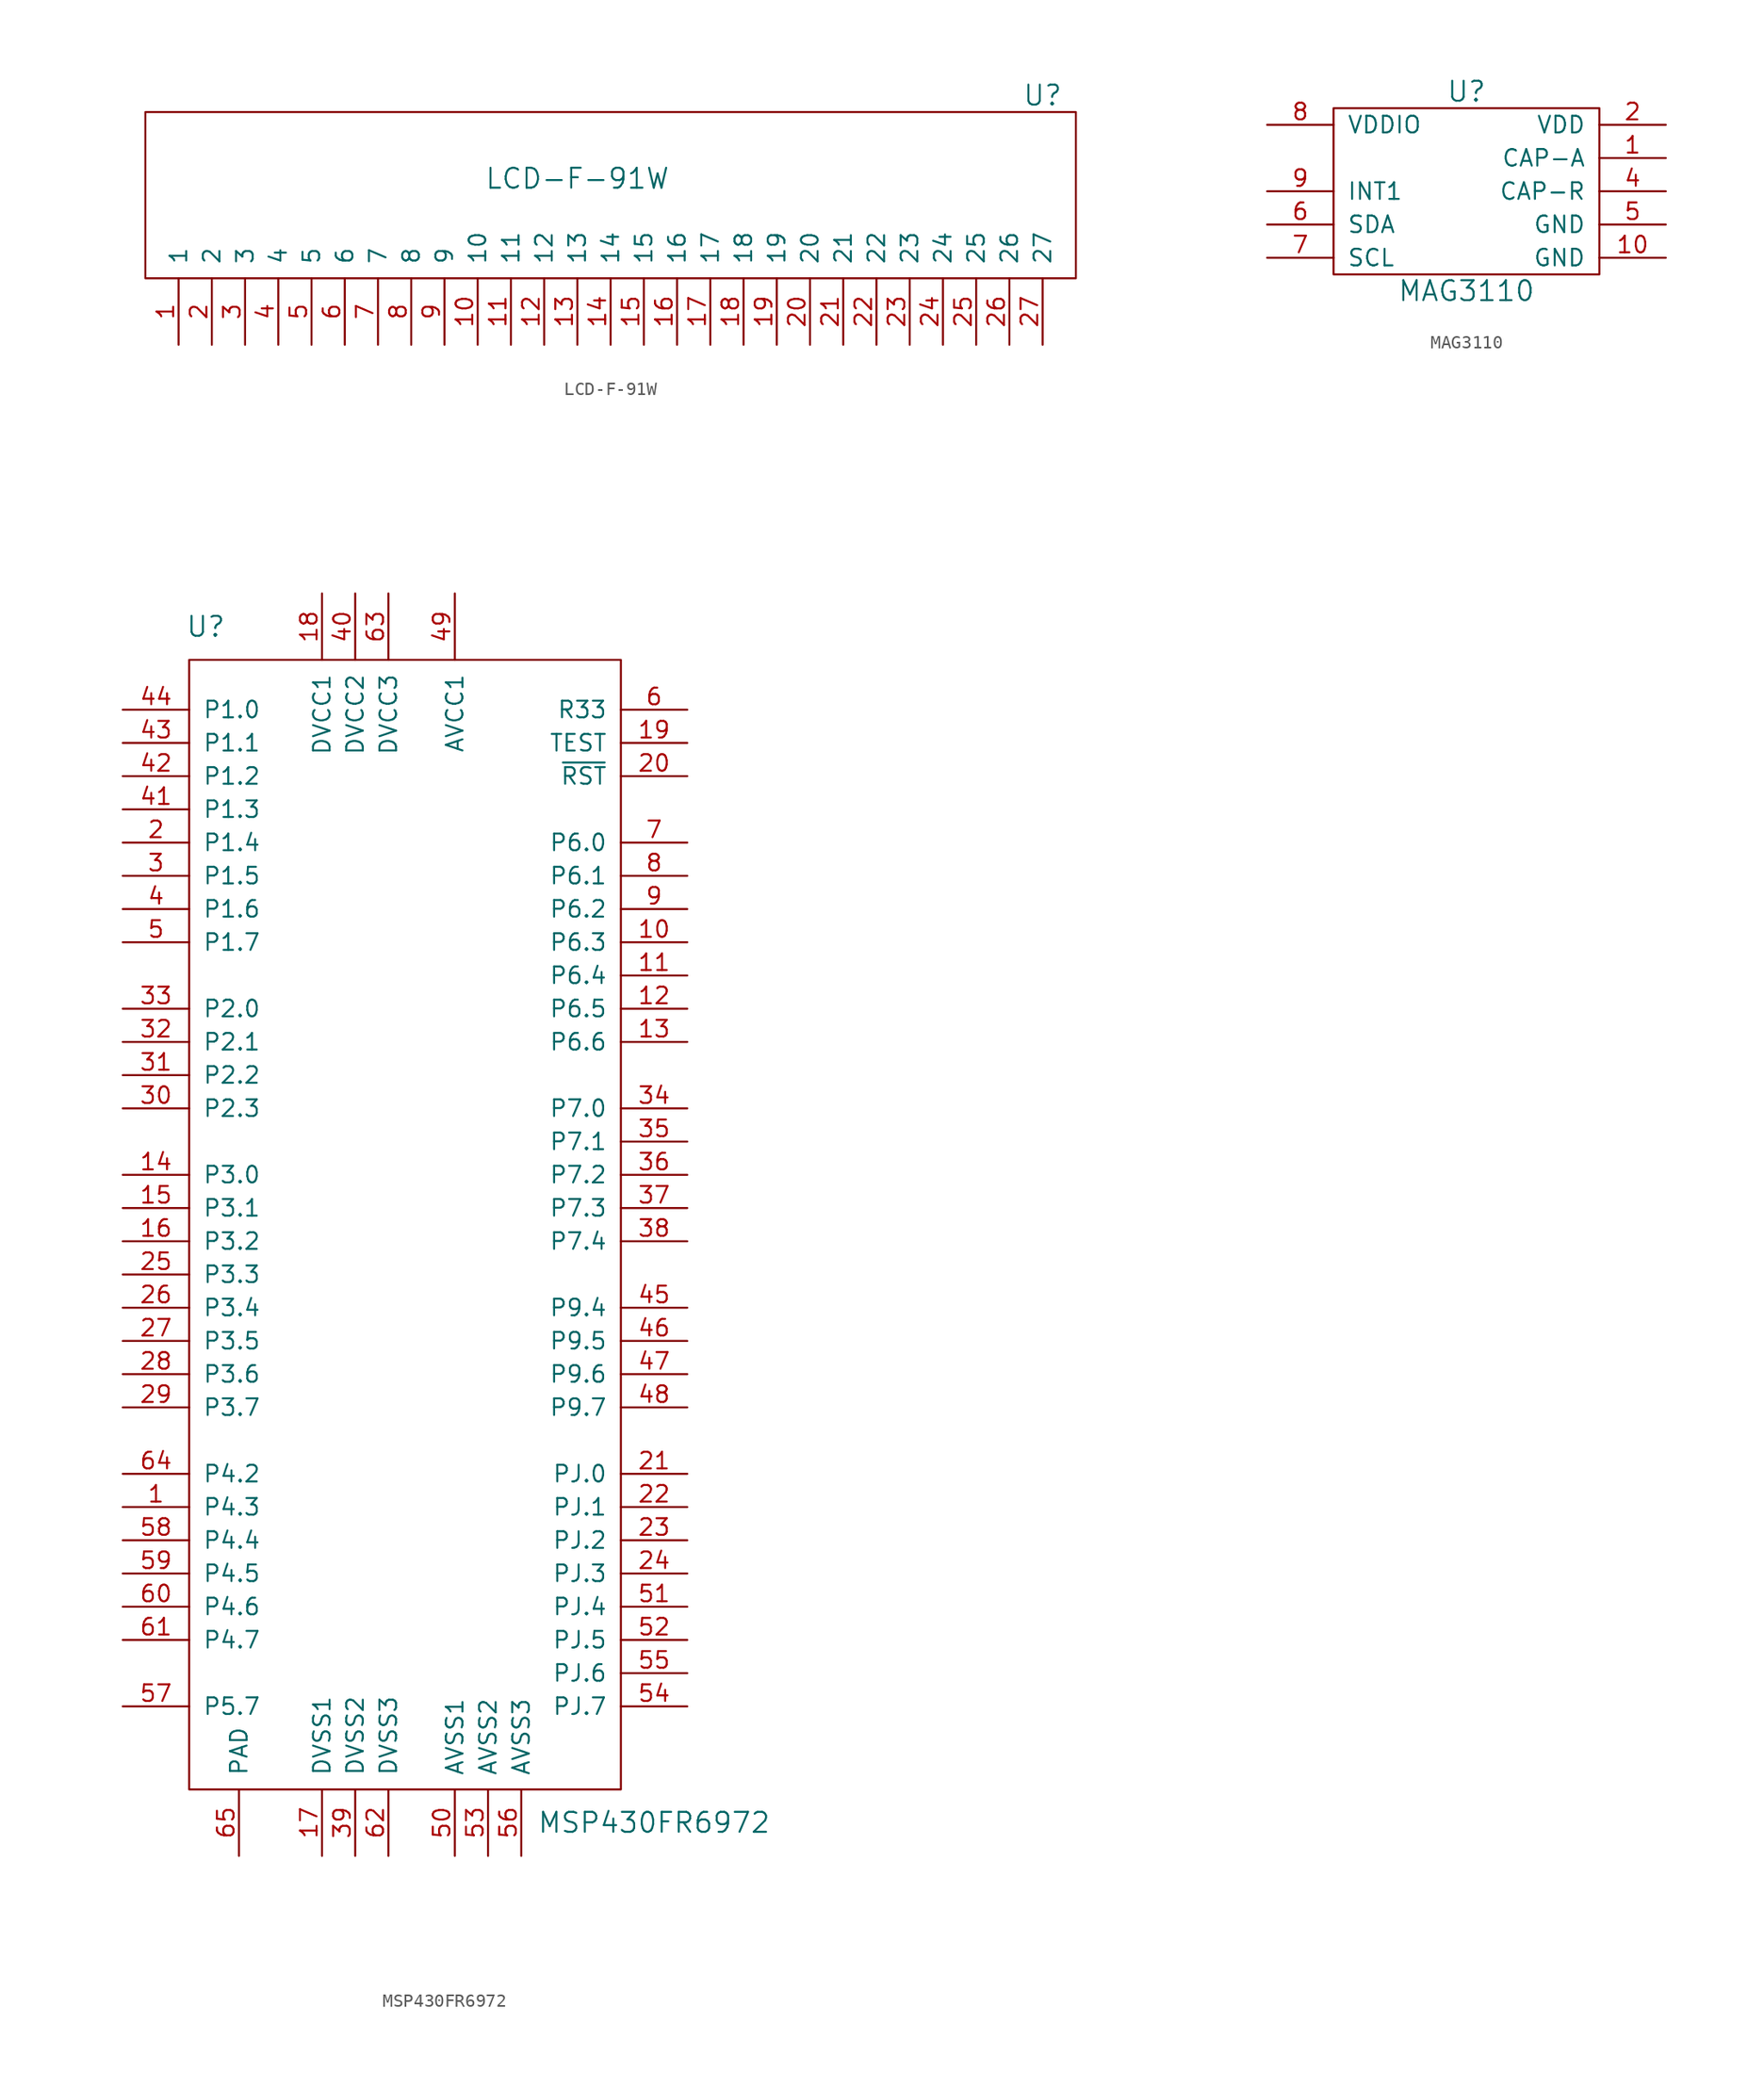
<source format=kicad_sym>
(kicad_symbol_lib
  (version 20211014)
  (generator kicad_symbol_editor)
  (symbol "LCD-F-91W"
    (pin_names
      (offset 1.016))
    (property "Reference" "U"
      (at 35.56 6.35 0)
      (effects (font (size 1.524 1.524))))
    (property "Value" "LCD-F-91W"
      (at 0 0 0)
      (effects (font (size 1.524 1.524))))
    (property "Footprint" ""
      (at 0 0 0)
      (effects (font (size 1.524 1.524))))
    (property "Datasheet" ""
      (at 0 0 0)
      (effects (font (size 1.524 1.524))))
    (symbol "LCD-F-91W_0_1"
      (rectangle (start 38.1 -7.62) (end -33.02 5.08) (stroke (width 0) (type default) (color 0 0 0 0)) (fill (type none))))
    (symbol "LCD-F-91W_1_1"
      (pin input line (at -30.48 -12.7 90) (length 5.08) (name "1" (effects (font (size 1.27 1.27)))) (number "1" (effects (font (size 1.27 1.27)))))
      (pin input line (at -7.62 -12.7 90) (length 5.08) (name "10" (effects (font (size 1.27 1.27)))) (number "10" (effects (font (size 1.27 1.27)))))
      (pin input line (at -5.08 -12.7 90) (length 5.08) (name "11" (effects (font (size 1.27 1.27)))) (number "11" (effects (font (size 1.27 1.27)))))
      (pin input line (at -2.54 -12.7 90) (length 5.08) (name "12" (effects (font (size 1.27 1.27)))) (number "12" (effects (font (size 1.27 1.27)))))
      (pin input line (at 0 -12.7 90) (length 5.08) (name "13" (effects (font (size 1.27 1.27)))) (number "13" (effects (font (size 1.27 1.27)))))
      (pin input line (at 2.54 -12.7 90) (length 5.08) (name "14" (effects (font (size 1.27 1.27)))) (number "14" (effects (font (size 1.27 1.27)))))
      (pin input line (at 5.08 -12.7 90) (length 5.08) (name "15" (effects (font (size 1.27 1.27)))) (number "15" (effects (font (size 1.27 1.27)))))
      (pin input line (at 7.62 -12.7 90) (length 5.08) (name "16" (effects (font (size 1.27 1.27)))) (number "16" (effects (font (size 1.27 1.27)))))
      (pin input line (at 10.16 -12.7 90) (length 5.08) (name "17" (effects (font (size 1.27 1.27)))) (number "17" (effects (font (size 1.27 1.27)))))
      (pin input line (at 12.7 -12.7 90) (length 5.08) (name "18" (effects (font (size 1.27 1.27)))) (number "18" (effects (font (size 1.27 1.27)))))
      (pin input line (at 15.24 -12.7 90) (length 5.08) (name "19" (effects (font (size 1.27 1.27)))) (number "19" (effects (font (size 1.27 1.27)))))
      (pin input line (at -27.94 -12.7 90) (length 5.08) (name "2" (effects (font (size 1.27 1.27)))) (number "2" (effects (font (size 1.27 1.27)))))
      (pin input line (at 17.78 -12.7 90) (length 5.08) (name "20" (effects (font (size 1.27 1.27)))) (number "20" (effects (font (size 1.27 1.27)))))
      (pin input line (at 20.32 -12.7 90) (length 5.08) (name "21" (effects (font (size 1.27 1.27)))) (number "21" (effects (font (size 1.27 1.27)))))
      (pin input line (at 22.86 -12.7 90) (length 5.08) (name "22" (effects (font (size 1.27 1.27)))) (number "22" (effects (font (size 1.27 1.27)))))
      (pin input line (at 25.4 -12.7 90) (length 5.08) (name "23" (effects (font (size 1.27 1.27)))) (number "23" (effects (font (size 1.27 1.27)))))
      (pin input line (at 27.94 -12.7 90) (length 5.08) (name "24" (effects (font (size 1.27 1.27)))) (number "24" (effects (font (size 1.27 1.27)))))
      (pin input line (at 30.48 -12.7 90) (length 5.08) (name "25" (effects (font (size 1.27 1.27)))) (number "25" (effects (font (size 1.27 1.27)))))
      (pin input line (at 33.02 -12.7 90) (length 5.08) (name "26" (effects (font (size 1.27 1.27)))) (number "26" (effects (font (size 1.27 1.27)))))
      (pin input line (at 35.56 -12.7 90) (length 5.08) (name "27" (effects (font (size 1.27 1.27)))) (number "27" (effects (font (size 1.27 1.27)))))
      (pin input line (at -25.4 -12.7 90) (length 5.08) (name "3" (effects (font (size 1.27 1.27)))) (number "3" (effects (font (size 1.27 1.27)))))
      (pin input line (at -22.86 -12.7 90) (length 5.08) (name "4" (effects (font (size 1.27 1.27)))) (number "4" (effects (font (size 1.27 1.27)))))
      (pin input line (at -20.32 -12.7 90) (length 5.08) (name "5" (effects (font (size 1.27 1.27)))) (number "5" (effects (font (size 1.27 1.27)))))
      (pin input line (at -17.78 -12.7 90) (length 5.08) (name "6" (effects (font (size 1.27 1.27)))) (number "6" (effects (font (size 1.27 1.27)))))
      (pin input line (at -15.24 -12.7 90) (length 5.08) (name "7" (effects (font (size 1.27 1.27)))) (number "7" (effects (font (size 1.27 1.27)))))
      (pin input line (at -12.7 -12.7 90) (length 5.08) (name "8" (effects (font (size 1.27 1.27)))) (number "8" (effects (font (size 1.27 1.27)))))
      (pin input line (at -10.16 -12.7 90) (length 5.08) (name "9" (effects (font (size 1.27 1.27)))) (number "9" (effects (font (size 1.27 1.27)))))))
  (symbol "MAG3110"
    (pin_names
      (offset 1.016))
    (property "Reference" "U"
      (at 0 8.89 0)
      (effects (font (size 1.524 1.524))))
    (property "Value" "MAG3110"
      (at 0 -6.35 0)
      (effects (font (size 1.524 1.524))))
    (property "Footprint" ""
      (at 0 0 0)
      (effects (font (size 1.524 1.524))))
    (property "Datasheet" ""
      (at 0 0 0)
      (effects (font (size 1.524 1.524))))
    (symbol "MAG3110_0_1"
      (rectangle (start -10.16 7.62) (end 10.16 -5.08) (stroke (width 0) (type default) (color 0 0 0 0)) (fill (type none))))
    (symbol "MAG3110_1_1"
      (pin input line (at 15.24 3.81 180) (length 5.08) (name "CAP-A" (effects (font (size 1.27 1.27)))) (number "1" (effects (font (size 1.27 1.27)))))
      (pin input line (at 15.24 -3.81 180) (length 5.08) (name "GND" (effects (font (size 1.27 1.27)))) (number "10" (effects (font (size 1.27 1.27)))))
      (pin input line (at 15.24 6.35 180) (length 5.08) (name "VDD" (effects (font (size 1.27 1.27)))) (number "2" (effects (font (size 1.27 1.27)))))
      (pin input line (at 15.24 1.27 180) (length 5.08) (name "CAP-R" (effects (font (size 1.27 1.27)))) (number "4" (effects (font (size 1.27 1.27)))))
      (pin input line (at 15.24 -1.27 180) (length 5.08) (name "GND" (effects (font (size 1.27 1.27)))) (number "5" (effects (font (size 1.27 1.27)))))
      (pin input line (at -15.24 -1.27 0) (length 5.08) (name "SDA" (effects (font (size 1.27 1.27)))) (number "6" (effects (font (size 1.27 1.27)))))
      (pin input line (at -15.24 -3.81 0) (length 5.08) (name "SCL" (effects (font (size 1.27 1.27)))) (number "7" (effects (font (size 1.27 1.27)))))
      (pin input line (at -15.24 6.35 0) (length 5.08) (name "VDDIO" (effects (font (size 1.27 1.27)))) (number "8" (effects (font (size 1.27 1.27)))))
      (pin input line (at -15.24 1.27 0) (length 5.08) (name "INT1" (effects (font (size 1.27 1.27)))) (number "9" (effects (font (size 1.27 1.27)))))))
  (symbol "MSP430FR6972"
    (pin_names
      (offset 1.016))
    (property "Reference" "U"
      (at -16.51 45.72 0)
      (effects (font (size 1.524 1.524))))
    (property "Value" "MSP430FR6972"
      (at 17.78 -45.72 0)
      (effects (font (size 1.524 1.524))))
    (property "Footprint" ""
      (at 6.35 24.13 0)
      (effects (font (size 1.524 1.524))))
    (property "Datasheet" ""
      (at 6.35 24.13 0)
      (effects (font (size 1.524 1.524))))
    (symbol "MSP430FR6972_0_1"
      (rectangle (start -17.78 43.18) (end 15.24 -43.18) (stroke (width 0) (type default) (color 0 0 0 0)) (fill (type none))))
    (symbol "MSP430FR6972_1_1"
      (pin bidirectional line (at -22.86 -21.59 0) (length 5.08) (name "P4.3" (effects (font (size 1.27 1.27)))) (number "1" (effects (font (size 1.27 1.27)))))
      (pin bidirectional line (at 20.32 21.59 180) (length 5.08) (name "P6.3" (effects (font (size 1.27 1.27)))) (number "10" (effects (font (size 1.27 1.27)))))
      (pin bidirectional line (at 20.32 19.05 180) (length 5.08) (name "P6.4" (effects (font (size 1.27 1.27)))) (number "11" (effects (font (size 1.27 1.27)))))
      (pin bidirectional line (at 20.32 16.51 180) (length 5.08) (name "P6.5" (effects (font (size 1.27 1.27)))) (number "12" (effects (font (size 1.27 1.27)))))
      (pin bidirectional line (at 20.32 13.97 180) (length 5.08) (name "P6.6" (effects (font (size 1.27 1.27)))) (number "13" (effects (font (size 1.27 1.27)))))
      (pin bidirectional line (at -22.86 3.81 0) (length 5.08) (name "P3.0" (effects (font (size 1.27 1.27)))) (number "14" (effects (font (size 1.27 1.27)))))
      (pin bidirectional line (at -22.86 1.27 0) (length 5.08) (name "P3.1" (effects (font (size 1.27 1.27)))) (number "15" (effects (font (size 1.27 1.27)))))
      (pin bidirectional line (at -22.86 -1.27 0) (length 5.08) (name "P3.2" (effects (font (size 1.27 1.27)))) (number "16" (effects (font (size 1.27 1.27)))))
      (pin power_in line (at -7.62 -48.26 90) (length 5.08) (name "DVSS1" (effects (font (size 1.27 1.27)))) (number "17" (effects (font (size 1.27 1.27)))))
      (pin power_in line (at -7.62 48.26 270) (length 5.08) (name "DVCC1" (effects (font (size 1.27 1.27)))) (number "18" (effects (font (size 1.27 1.27)))))
      (pin bidirectional line (at 20.32 36.83 180) (length 5.08) (name "TEST" (effects (font (size 1.27 1.27)))) (number "19" (effects (font (size 1.27 1.27)))))
      (pin bidirectional line (at -22.86 29.21 0) (length 5.08) (name "P1.4" (effects (font (size 1.27 1.27)))) (number "2" (effects (font (size 1.27 1.27)))))
      (pin bidirectional line (at 20.32 34.29 180) (length 5.08) (name "~{RST}" (effects (font (size 1.27 1.27)))) (number "20" (effects (font (size 1.27 1.27)))))
      (pin bidirectional line (at 20.32 -19.05 180) (length 5.08) (name "PJ.0" (effects (font (size 1.27 1.27)))) (number "21" (effects (font (size 1.27 1.27)))))
      (pin bidirectional line (at 20.32 -21.59 180) (length 5.08) (name "PJ.1" (effects (font (size 1.27 1.27)))) (number "22" (effects (font (size 1.27 1.27)))))
      (pin bidirectional line (at 20.32 -24.13 180) (length 5.08) (name "PJ.2" (effects (font (size 1.27 1.27)))) (number "23" (effects (font (size 1.27 1.27)))))
      (pin bidirectional line (at 20.32 -26.67 180) (length 5.08) (name "PJ.3" (effects (font (size 1.27 1.27)))) (number "24" (effects (font (size 1.27 1.27)))))
      (pin bidirectional line (at -22.86 -3.81 0) (length 5.08) (name "P3.3" (effects (font (size 1.27 1.27)))) (number "25" (effects (font (size 1.27 1.27)))))
      (pin bidirectional line (at -22.86 -6.35 0) (length 5.08) (name "P3.4" (effects (font (size 1.27 1.27)))) (number "26" (effects (font (size 1.27 1.27)))))
      (pin bidirectional line (at -22.86 -8.89 0) (length 5.08) (name "P3.5" (effects (font (size 1.27 1.27)))) (number "27" (effects (font (size 1.27 1.27)))))
      (pin bidirectional line (at -22.86 -11.43 0) (length 5.08) (name "P3.6" (effects (font (size 1.27 1.27)))) (number "28" (effects (font (size 1.27 1.27)))))
      (pin bidirectional line (at -22.86 -13.97 0) (length 5.08) (name "P3.7" (effects (font (size 1.27 1.27)))) (number "29" (effects (font (size 1.27 1.27)))))
      (pin bidirectional line (at -22.86 26.67 0) (length 5.08) (name "P1.5" (effects (font (size 1.27 1.27)))) (number "3" (effects (font (size 1.27 1.27)))))
      (pin bidirectional line (at -22.86 8.89 0) (length 5.08) (name "P2.3" (effects (font (size 1.27 1.27)))) (number "30" (effects (font (size 1.27 1.27)))))
      (pin bidirectional line (at -22.86 11.43 0) (length 5.08) (name "P2.2" (effects (font (size 1.27 1.27)))) (number "31" (effects (font (size 1.27 1.27)))))
      (pin bidirectional line (at -22.86 13.97 0) (length 5.08) (name "P2.1" (effects (font (size 1.27 1.27)))) (number "32" (effects (font (size 1.27 1.27)))))
      (pin bidirectional line (at -22.86 16.51 0) (length 5.08) (name "P2.0" (effects (font (size 1.27 1.27)))) (number "33" (effects (font (size 1.27 1.27)))))
      (pin bidirectional line (at 20.32 8.89 180) (length 5.08) (name "P7.0" (effects (font (size 1.27 1.27)))) (number "34" (effects (font (size 1.27 1.27)))))
      (pin bidirectional line (at 20.32 6.35 180) (length 5.08) (name "P7.1" (effects (font (size 1.27 1.27)))) (number "35" (effects (font (size 1.27 1.27)))))
      (pin bidirectional line (at 20.32 3.81 180) (length 5.08) (name "P7.2" (effects (font (size 1.27 1.27)))) (number "36" (effects (font (size 1.27 1.27)))))
      (pin bidirectional line (at 20.32 1.27 180) (length 5.08) (name "P7.3" (effects (font (size 1.27 1.27)))) (number "37" (effects (font (size 1.27 1.27)))))
      (pin bidirectional line (at 20.32 -1.27 180) (length 5.08) (name "P7.4" (effects (font (size 1.27 1.27)))) (number "38" (effects (font (size 1.27 1.27)))))
      (pin power_in line (at -5.08 -48.26 90) (length 5.08) (name "DVSS2" (effects (font (size 1.27 1.27)))) (number "39" (effects (font (size 1.27 1.27)))))
      (pin bidirectional line (at -22.86 24.13 0) (length 5.08) (name "P1.6" (effects (font (size 1.27 1.27)))) (number "4" (effects (font (size 1.27 1.27)))))
      (pin power_in line (at -5.08 48.26 270) (length 5.08) (name "DVCC2" (effects (font (size 1.27 1.27)))) (number "40" (effects (font (size 1.27 1.27)))))
      (pin bidirectional line (at -22.86 31.75 0) (length 5.08) (name "P1.3" (effects (font (size 1.27 1.27)))) (number "41" (effects (font (size 1.27 1.27)))))
      (pin bidirectional line (at -22.86 34.29 0) (length 5.08) (name "P1.2" (effects (font (size 1.27 1.27)))) (number "42" (effects (font (size 1.27 1.27)))))
      (pin bidirectional line (at -22.86 36.83 0) (length 5.08) (name "P1.1" (effects (font (size 1.27 1.27)))) (number "43" (effects (font (size 1.27 1.27)))))
      (pin bidirectional line (at -22.86 39.37 0) (length 5.08) (name "P1.0" (effects (font (size 1.27 1.27)))) (number "44" (effects (font (size 1.27 1.27)))))
      (pin bidirectional line (at 20.32 -6.35 180) (length 5.08) (name "P9.4" (effects (font (size 1.27 1.27)))) (number "45" (effects (font (size 1.27 1.27)))))
      (pin bidirectional line (at 20.32 -8.89 180) (length 5.08) (name "P9.5" (effects (font (size 1.27 1.27)))) (number "46" (effects (font (size 1.27 1.27)))))
      (pin bidirectional line (at 20.32 -11.43 180) (length 5.08) (name "P9.6" (effects (font (size 1.27 1.27)))) (number "47" (effects (font (size 1.27 1.27)))))
      (pin bidirectional line (at 20.32 -13.97 180) (length 5.08) (name "P9.7" (effects (font (size 1.27 1.27)))) (number "48" (effects (font (size 1.27 1.27)))))
      (pin power_in line (at 2.54 48.26 270) (length 5.08) (name "AVCC1" (effects (font (size 1.27 1.27)))) (number "49" (effects (font (size 1.27 1.27)))))
      (pin bidirectional line (at -22.86 21.59 0) (length 5.08) (name "P1.7" (effects (font (size 1.27 1.27)))) (number "5" (effects (font (size 1.27 1.27)))))
      (pin power_in line (at 2.54 -48.26 90) (length 5.08) (name "AVSS1" (effects (font (size 1.27 1.27)))) (number "50" (effects (font (size 1.27 1.27)))))
      (pin bidirectional line (at 20.32 -29.21 180) (length 5.08) (name "PJ.4" (effects (font (size 1.27 1.27)))) (number "51" (effects (font (size 1.27 1.27)))))
      (pin bidirectional line (at 20.32 -31.75 180) (length 5.08) (name "PJ.5" (effects (font (size 1.27 1.27)))) (number "52" (effects (font (size 1.27 1.27)))))
      (pin bidirectional line (at 5.08 -48.26 90) (length 5.08) (name "AVSS2" (effects (font (size 1.27 1.27)))) (number "53" (effects (font (size 1.27 1.27)))))
      (pin bidirectional line (at 20.32 -36.83 180) (length 5.08) (name "PJ.7" (effects (font (size 1.27 1.27)))) (number "54" (effects (font (size 1.27 1.27)))))
      (pin bidirectional line (at 20.32 -34.29 180) (length 5.08) (name "PJ.6" (effects (font (size 1.27 1.27)))) (number "55" (effects (font (size 1.27 1.27)))))
      (pin bidirectional line (at 7.62 -48.26 90) (length 5.08) (name "AVSS3" (effects (font (size 1.27 1.27)))) (number "56" (effects (font (size 1.27 1.27)))))
      (pin bidirectional line (at -22.86 -36.83 0) (length 5.08) (name "P5.7" (effects (font (size 1.27 1.27)))) (number "57" (effects (font (size 1.27 1.27)))))
      (pin bidirectional line (at -22.86 -24.13 0) (length 5.08) (name "P4.4" (effects (font (size 1.27 1.27)))) (number "58" (effects (font (size 1.27 1.27)))))
      (pin bidirectional line (at -22.86 -26.67 0) (length 5.08) (name "P4.5" (effects (font (size 1.27 1.27)))) (number "59" (effects (font (size 1.27 1.27)))))
      (pin bidirectional line (at 20.32 39.37 180) (length 5.08) (name "R33" (effects (font (size 1.27 1.27)))) (number "6" (effects (font (size 1.27 1.27)))))
      (pin bidirectional line (at -22.86 -29.21 0) (length 5.08) (name "P4.6" (effects (font (size 1.27 1.27)))) (number "60" (effects (font (size 1.27 1.27)))))
      (pin bidirectional line (at -22.86 -31.75 0) (length 5.08) (name "P4.7" (effects (font (size 1.27 1.27)))) (number "61" (effects (font (size 1.27 1.27)))))
      (pin power_in line (at -2.54 -48.26 90) (length 5.08) (name "DVSS3" (effects (font (size 1.27 1.27)))) (number "62" (effects (font (size 1.27 1.27)))))
      (pin power_in line (at -2.54 48.26 270) (length 5.08) (name "DVCC3" (effects (font (size 1.27 1.27)))) (number "63" (effects (font (size 1.27 1.27)))))
      (pin bidirectional line (at -22.86 -19.05 0) (length 5.08) (name "P4.2" (effects (font (size 1.27 1.27)))) (number "64" (effects (font (size 1.27 1.27)))))
      (pin bidirectional line (at -13.97 -48.26 90) (length 5.08) (name "PAD" (effects (font (size 1.27 1.27)))) (number "65" (effects (font (size 1.27 1.27)))))
      (pin bidirectional line (at 20.32 29.21 180) (length 5.08) (name "P6.0" (effects (font (size 1.27 1.27)))) (number "7" (effects (font (size 1.27 1.27)))))
      (pin bidirectional line (at 20.32 26.67 180) (length 5.08) (name "P6.1" (effects (font (size 1.27 1.27)))) (number "8" (effects (font (size 1.27 1.27)))))
      (pin bidirectional line (at 20.32 24.13 180) (length 5.08) (name "P6.2" (effects (font (size 1.27 1.27)))) (number "9" (effects (font (size 1.27 1.27))))))))
</source>
